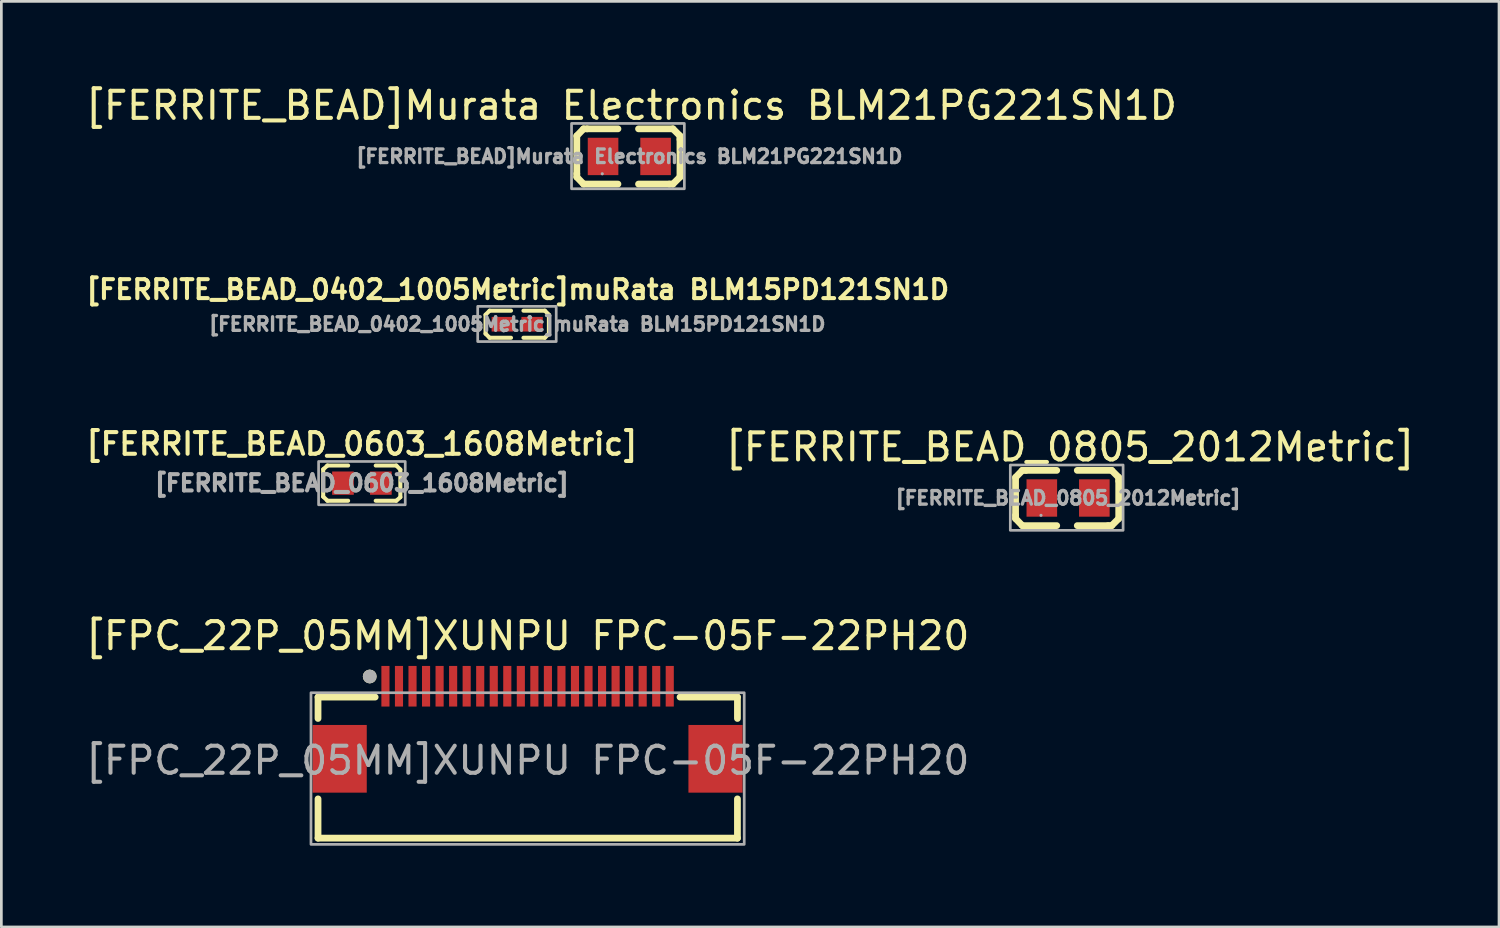
<source format=kicad_pcb>
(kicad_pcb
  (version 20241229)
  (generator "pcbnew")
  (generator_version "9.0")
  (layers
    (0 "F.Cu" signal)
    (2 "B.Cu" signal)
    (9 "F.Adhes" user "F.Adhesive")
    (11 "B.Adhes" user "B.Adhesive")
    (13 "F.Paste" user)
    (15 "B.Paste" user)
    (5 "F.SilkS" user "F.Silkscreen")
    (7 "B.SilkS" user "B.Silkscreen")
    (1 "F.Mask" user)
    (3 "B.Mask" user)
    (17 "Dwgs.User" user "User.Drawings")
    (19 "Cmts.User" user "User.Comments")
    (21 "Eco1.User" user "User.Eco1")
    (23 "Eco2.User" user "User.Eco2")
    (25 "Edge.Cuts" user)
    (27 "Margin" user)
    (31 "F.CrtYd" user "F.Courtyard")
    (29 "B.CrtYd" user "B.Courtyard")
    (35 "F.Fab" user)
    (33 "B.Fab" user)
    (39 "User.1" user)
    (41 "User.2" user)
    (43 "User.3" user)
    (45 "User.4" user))
  (footprint "[FERRITE_BEAD_0805_2012Metric]"
    (layer "F.Cu")
    (at 36.396 15.342)
    (property "Reference" "[FERRITE_BEAD_0805_2012Metric]" (at 0.076 -1.88 0) (layer "F.SilkS") (effects (font (size 1 1) (thickness 0.15))))
    (attr smd)
    (fp_line (start -1.94 -0.76) (end -1.94 0.64) (stroke (width 0.25) (type solid)) (layer "F.SilkS"))
    (fp_line (start -1.94 0.64) (end -1.94 0.76) (stroke (width 0.25) (type solid)) (layer "F.SilkS"))
    (fp_line (start -1.94 0.76) (end -1.69 1.02) (stroke (width 0.25) (type solid)) (layer "F.SilkS"))
    (fp_line (start -1.69 -1.02) (end -1.94 -0.76) (stroke (width 0.25) (type solid)) (layer "F.SilkS"))
    (fp_line (start -1.69 1.02) (end -0.42 1.02) (stroke (width 0.25) (type solid)) (layer "F.SilkS"))
    (fp_line (start -1.56 -1.02) (end -1.69 -1.02) (stroke (width 0.25) (type solid)) (layer "F.SilkS"))
    (fp_line (start -0.42 -1.02) (end -1.56 -1.02) (stroke (width 0.25) (type solid)) (layer "F.SilkS"))
    (fp_line (start 0.34 1.02) (end 1.48 1.02) (stroke (width 0.25) (type solid)) (layer "F.SilkS"))
    (fp_line (start 1.48 1.02) (end 1.61 1.02) (stroke (width 0.25) (type solid)) (layer "F.SilkS"))
    (fp_line (start 1.61 -1.02) (end 0.34 -1.02) (stroke (width 0.25) (type solid)) (layer "F.SilkS"))
    (fp_line (start 1.61 1.02) (end 1.87 0.76) (stroke (width 0.25) (type solid)) (layer "F.SilkS"))
    (fp_line (start 1.87 -0.76) (end 1.61 -1.02) (stroke (width 0.25) (type solid)) (layer "F.SilkS"))
    (fp_line (start 1.87 -0.63) (end 1.87 -0.76) (stroke (width 0.25) (type solid)) (layer "F.SilkS"))
    (fp_line (start 1.87 0.76) (end 1.87 -0.63) (stroke (width 0.25) (type solid)) (layer "F.SilkS"))
    (fp_rect (start -2.134 -1.219) (end 2.032 1.194) (stroke (width 0.1) (type default)) (fill no) (layer "F.Fab"))
    (fp_circle (center -1 0.64) (end -0.97 0.64) (stroke (width 0.06) (type solid)) (fill no) (layer "F.Fab"))
    (fp_text user "${REFERENCE}" (at 0 0 0) (layer "F.Fab") (effects (font (size 0.5 0.5) (thickness 0.125))))
    (pad "1" smd rect (at -0.97 0) (size 1.13 1.38) (layers "F.Cu" "F.Mask" "F.Paste"))
    (pad "2" smd rect (at 0.97 0) (size 1.13 1.38) (layers "F.Cu" "F.Mask" "F.Paste")))
  (footprint "[FERRITE_BEAD_0603_1608Metric]"
    (layer "F.Cu")
    (at 10.316 14.793)
    (property "Reference" "[FERRITE_BEAD_0603_1608Metric]" (at 0 -1.448 0) (layer "F.SilkS") (effects (font (size 0.8 0.8) (thickness 0.15))))
    (attr smd)
    (fp_line (start -1.43 -0.51) (end -1.27 -0.65) (stroke (width 0.15) (type solid)) (layer "F.SilkS"))
    (fp_line (start -1.43 0.5) (end -1.43 -0.51) (stroke (width 0.15) (type solid)) (layer "F.SilkS"))
    (fp_line (start -1.28 -0.65) (end -0.51 -0.65) (stroke (width 0.15) (type solid)) (layer "F.SilkS"))
    (fp_line (start -1.28 0.65) (end -0.51 0.65) (stroke (width 0.15) (type solid)) (layer "F.SilkS"))
    (fp_line (start -1.27 0.65) (end -1.43 0.5) (stroke (width 0.15) (type solid)) (layer "F.SilkS"))
    (fp_line (start 1.27 -0.65) (end 0.51 -0.65) (stroke (width 0.15) (type solid)) (layer "F.SilkS"))
    (fp_line (start 1.27 -0.65) (end 1.42 -0.5) (stroke (width 0.15) (type solid)) (layer "F.SilkS"))
    (fp_line (start 1.27 0.65) (end 0.51 0.65) (stroke (width 0.15) (type solid)) (layer "F.SilkS"))
    (fp_line (start 1.42 -0.5) (end 1.42 0.52) (stroke (width 0.15) (type solid)) (layer "F.SilkS"))
    (fp_line (start 1.42 0.52) (end 1.27 0.65) (stroke (width 0.15) (type solid)) (layer "F.SilkS"))
    (fp_rect (start -1.6 -0.8) (end 1.6 0.8) (stroke (width 0.1) (type default)) (fill no) (layer "F.Fab"))
    (fp_text user "${REFERENCE}" (at 0 0 0) (layer "F.Fab") (effects (font (size 0.6 0.6) (thickness 0.15))))
    (pad "1" smd rect (at -0.7 0 180) (size 0.8 0.86) (layers "F.Cu" "F.Mask" "F.Paste"))
    (pad "2" smd rect (at 0.7 0 180) (size 0.8 0.86) (layers "F.Cu" "F.Mask" "F.Paste")))
  (footprint "[FERRITE_BEAD]Murata Electronics BLM21PG221SN1D"
    (layer "F.Cu")
    (at 20.192 2.728)
    (property "Reference" "[FERRITE_BEAD]Murata Electronics BLM21PG221SN1D" (at 0.076 -1.88 0) (layer "F.SilkS") (effects (font (size 1 1) (thickness 0.15))))
    (attr smd)
    (fp_line (start -1.94 -0.76) (end -1.94 0.64) (stroke (width 0.25) (type solid)) (layer "F.SilkS"))
    (fp_line (start -1.94 0.64) (end -1.94 0.76) (stroke (width 0.25) (type solid)) (layer "F.SilkS"))
    (fp_line (start -1.94 0.76) (end -1.69 1.02) (stroke (width 0.25) (type solid)) (layer "F.SilkS"))
    (fp_line (start -1.69 -1.02) (end -1.94 -0.76) (stroke (width 0.25) (type solid)) (layer "F.SilkS"))
    (fp_line (start -1.69 1.02) (end -0.42 1.02) (stroke (width 0.25) (type solid)) (layer "F.SilkS"))
    (fp_line (start -1.56 -1.02) (end -1.69 -1.02) (stroke (width 0.25) (type solid)) (layer "F.SilkS"))
    (fp_line (start -0.42 -1.02) (end -1.56 -1.02) (stroke (width 0.25) (type solid)) (layer "F.SilkS"))
    (fp_line (start 0.34 1.02) (end 1.48 1.02) (stroke (width 0.25) (type solid)) (layer "F.SilkS"))
    (fp_line (start 1.48 1.02) (end 1.61 1.02) (stroke (width 0.25) (type solid)) (layer "F.SilkS"))
    (fp_line (start 1.61 -1.02) (end 0.34 -1.02) (stroke (width 0.25) (type solid)) (layer "F.SilkS"))
    (fp_line (start 1.61 1.02) (end 1.87 0.76) (stroke (width 0.25) (type solid)) (layer "F.SilkS"))
    (fp_line (start 1.87 -0.76) (end 1.61 -1.02) (stroke (width 0.25) (type solid)) (layer "F.SilkS"))
    (fp_line (start 1.87 -0.63) (end 1.87 -0.76) (stroke (width 0.25) (type solid)) (layer "F.SilkS"))
    (fp_line (start 1.87 0.76) (end 1.87 -0.63) (stroke (width 0.25) (type solid)) (layer "F.SilkS"))
    (fp_rect (start -2.134 -1.219) (end 2.032 1.194) (stroke (width 0.1) (type default)) (fill no) (layer "F.Fab"))
    (fp_circle (center -1 0.64) (end -0.97 0.64) (stroke (width 0.06) (type solid)) (fill no) (layer "F.Fab"))
    (fp_text user "${REFERENCE}" (at 0 0 0) (layer "F.Fab") (effects (font (size 0.5 0.5) (thickness 0.125))))
    (pad "1" smd rect (at -0.97 0) (size 1.13 1.38) (layers "F.Cu" "F.Mask" "F.Paste"))
    (pad "2" smd rect (at 0.97 0) (size 1.13 1.38) (layers "F.Cu" "F.Mask" "F.Paste")))
  (footprint "[FPC_22P_05MM]XUNPU FPC-05F-22PH20"
    (layer "F.Cu")
    (at 16.435 23.634)
    (property "Reference" "[FPC_22P_05MM]XUNPU FPC-05F-22PH20" (at 0 -3.2 0) (layer "F.SilkS") (effects (font (size 1 1) (thickness 0.15))))
    (attr smd)
    (fp_line (start -7.74 -0.94) (end -5.63 -0.94) (stroke (width 0.25) (type solid)) (layer "F.SilkS"))
    (fp_line (start -7.74 -0.15) (end -7.74 -0.94) (stroke (width 0.25) (type solid)) (layer "F.SilkS"))
    (fp_line (start -7.74 4.27) (end -7.74 2.82) (stroke (width 0.25) (type solid)) (layer "F.SilkS"))
    (fp_line (start 5.63 -0.94) (end 7.75 -0.94) (stroke (width 0.25) (type solid)) (layer "F.SilkS"))
    (fp_line (start 7.75 -0.94) (end 7.75 -0.15) (stroke (width 0.25) (type solid)) (layer "F.SilkS"))
    (fp_line (start 7.75 2.82) (end 7.75 4.27) (stroke (width 0.25) (type solid)) (layer "F.SilkS"))
    (fp_line (start 7.75 4.27) (end -7.74 4.27) (stroke (width 0.25) (type solid)) (layer "F.SilkS"))
    (fp_circle (center -5.83 -1.7) (end -5.7 -1.7) (stroke (width 0.25) (type solid)) (fill no) (layer "F.SilkS"))
    (fp_rect (start -8 -1.1) (end 8 4.5) (stroke (width 0.1) (type default)) (fill no) (layer "F.Fab"))
    (fp_circle (center -5.83 -1.7) (end -5.7 -1.7) (stroke (width 0.25) (type solid)) (fill no) (layer "F.Fab"))
    (fp_text user "${REFERENCE}" (at 0 1.4 0) (layer "F.Fab") (effects (font (size 1 1) (thickness 0.15))))
    (pad "1" smd rect (at -5.25 -1.34) (size 0.3 1.5) (layers "F.Cu" "F.Mask" "F.Paste"))
    (pad "2" smd rect (at -4.75 -1.34) (size 0.3 1.5) (layers "F.Cu" "F.Mask" "F.Paste"))
    (pad "3" smd rect (at -4.25 -1.34) (size 0.3 1.5) (layers "F.Cu" "F.Mask" "F.Paste"))
    (pad "4" smd rect (at -3.75 -1.34) (size 0.3 1.5) (layers "F.Cu" "F.Mask" "F.Paste"))
    (pad "5" smd rect (at -3.25 -1.34) (size 0.3 1.5) (layers "F.Cu" "F.Mask" "F.Paste"))
    (pad "6" smd rect (at -2.75 -1.34) (size 0.3 1.5) (layers "F.Cu" "F.Mask" "F.Paste"))
    (pad "7" smd rect (at -2.25 -1.34) (size 0.3 1.5) (layers "F.Cu" "F.Mask" "F.Paste"))
    (pad "8" smd rect (at -1.75 -1.34) (size 0.3 1.5) (layers "F.Cu" "F.Mask" "F.Paste"))
    (pad "9" smd rect (at -1.25 -1.34) (size 0.3 1.5) (layers "F.Cu" "F.Mask" "F.Paste"))
    (pad "10" smd rect (at -0.75 -1.34) (size 0.3 1.5) (layers "F.Cu" "F.Mask" "F.Paste"))
    (pad "11" smd rect (at -0.25 -1.34) (size 0.3 1.5) (layers "F.Cu" "F.Mask" "F.Paste"))
    (pad "12" smd rect (at 0.25 -1.34) (size 0.3 1.5) (layers "F.Cu" "F.Mask" "F.Paste"))
    (pad "13" smd rect (at 0.75 -1.34) (size 0.3 1.5) (layers "F.Cu" "F.Mask" "F.Paste"))
    (pad "14" smd rect (at 1.25 -1.34) (size 0.3 1.5) (layers "F.Cu" "F.Mask" "F.Paste"))
    (pad "15" smd rect (at 1.75 -1.34) (size 0.3 1.5) (layers "F.Cu" "F.Mask" "F.Paste"))
    (pad "16" smd rect (at 2.25 -1.34) (size 0.3 1.5) (layers "F.Cu" "F.Mask" "F.Paste"))
    (pad "17" smd rect (at 2.75 -1.34) (size 0.3 1.5) (layers "F.Cu" "F.Mask" "F.Paste"))
    (pad "18" smd rect (at 3.25 -1.34) (size 0.3 1.5) (layers "F.Cu" "F.Mask" "F.Paste"))
    (pad "19" smd rect (at 3.75 -1.34) (size 0.3 1.5) (layers "F.Cu" "F.Mask" "F.Paste"))
    (pad "20" smd rect (at 4.25 -1.34) (size 0.3 1.5) (layers "F.Cu" "F.Mask" "F.Paste"))
    (pad "21" smd rect (at 4.75 -1.34) (size 0.3 1.5) (layers "F.Cu" "F.Mask" "F.Paste"))
    (pad "22" smd rect (at 5.25 -1.34) (size 0.3 1.5) (layers "F.Cu" "F.Mask" "F.Paste"))
    (pad "23" smd rect (at 6.94 1.34) (size 2 2.5) (layers "F.Cu" "F.Mask" "F.Paste"))
    (pad "24" smd rect (at -6.94 1.34) (size 2 2.5) (layers "F.Cu" "F.Mask" "F.Paste")))
  (footprint "[FERRITE_BEAD_0402_1005Metric]muRata BLM15PD121SN1D"
    (layer "F.Cu")
    (at 16.052 8.924)
    (property "Reference" "[FERRITE_BEAD_0402_1005Metric]muRata BLM15PD121SN1D" (at 0.02 -1.28 0) (layer "F.SilkS") (effects (font (size 0.7 0.7) (thickness 0.15))))
    (attr smd)
    (fp_line (start -1.17 -0.35) (end -1.02 -0.5) (stroke (width 0.15) (type solid)) (layer "F.SilkS"))
    (fp_line (start -1.17 0.35) (end -1.17 -0.35) (stroke (width 0.15) (type solid)) (layer "F.SilkS"))
    (fp_line (start -1.02 -0.5) (end -0.23 -0.5) (stroke (width 0.15) (type solid)) (layer "F.SilkS"))
    (fp_line (start -1.02 0.5) (end -1.17 0.35) (stroke (width 0.15) (type solid)) (layer "F.SilkS"))
    (fp_line (start -0.23 0.5) (end -1.02 0.5) (stroke (width 0.15) (type solid)) (layer "F.SilkS"))
    (fp_line (start 0.23 0.5) (end 1.02 0.5) (stroke (width 0.15) (type solid)) (layer "F.SilkS"))
    (fp_line (start 1.02 -0.5) (end 0.23 -0.5) (stroke (width 0.15) (type solid)) (layer "F.SilkS"))
    (fp_line (start 1.02 0.5) (end 1.17 0.35) (stroke (width 0.15) (type solid)) (layer "F.SilkS"))
    (fp_line (start 1.17 -0.35) (end 1.02 -0.5) (stroke (width 0.15) (type solid)) (layer "F.SilkS"))
    (fp_line (start 1.17 0.35) (end 1.17 -0.35) (stroke (width 0.15) (type solid)) (layer "F.SilkS"))
    (fp_rect (start -1.46 -0.66) (end 1.44 0.64) (stroke (width 0.1) (type solid)) (fill no) (layer "F.Fab"))
    (fp_circle (center -0.5 0.25) (end -0.47 0.25) (stroke (width 0.06) (type solid)) (fill no) (layer "F.Fab"))
    (fp_text user "${REFERENCE}" (at 0 0 0) (layer "F.Fab") (effects (font (size 0.5 0.5) (thickness 0.125))))
    (pad "1" smd rect (at -0.55 0) (size 0.79 0.54) (layers "F.Cu" "F.Mask" "F.Paste"))
    (pad "2" smd rect (at 0.55 0) (size 0.79 0.54) (layers "F.Cu" "F.Mask" "F.Paste")))
  (gr_rect
    (start -3 -3)
    (end 52.311 31.184)
    (stroke (width 0.1) (type default))
    (fill no)
    (layer "Edge.Cuts")))
</source>
